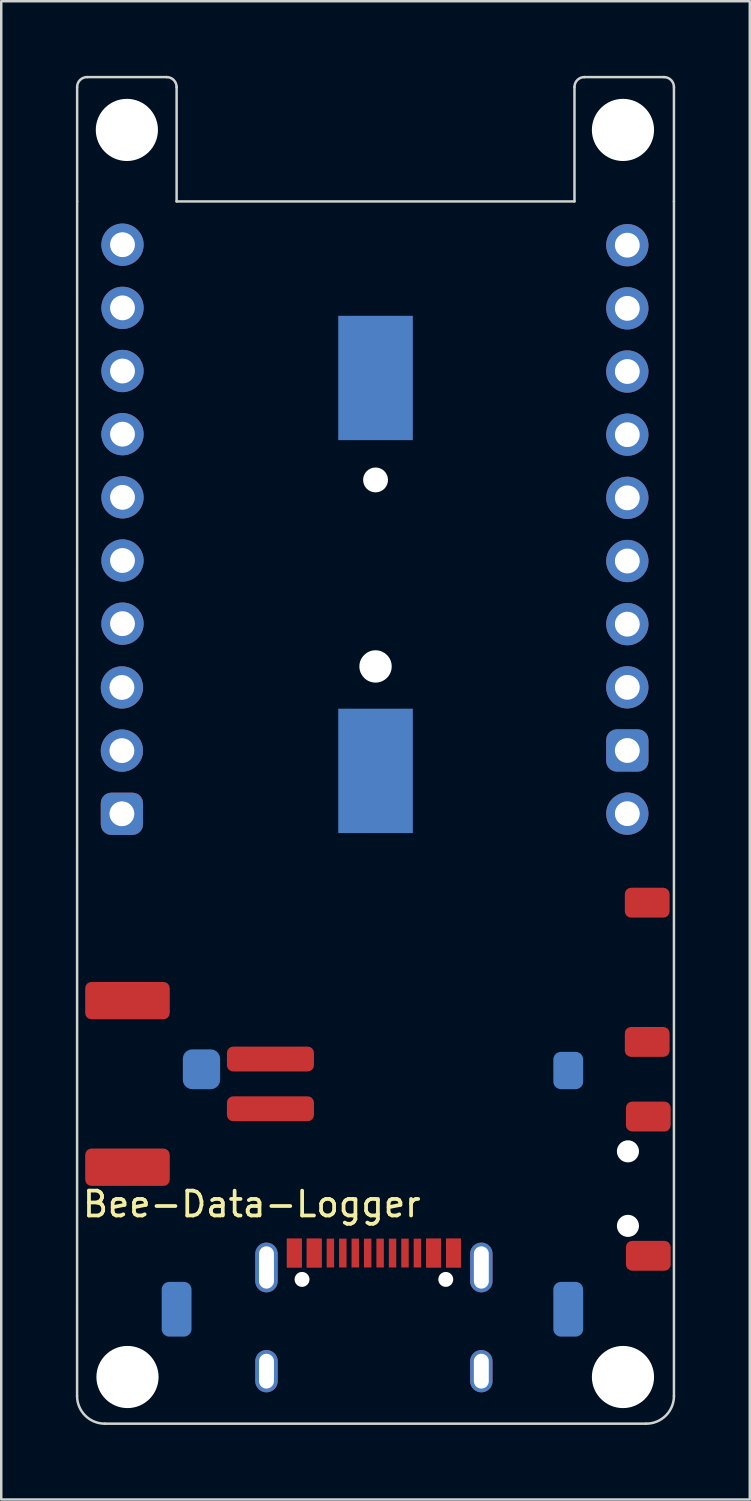
<source format=kicad_pcb>
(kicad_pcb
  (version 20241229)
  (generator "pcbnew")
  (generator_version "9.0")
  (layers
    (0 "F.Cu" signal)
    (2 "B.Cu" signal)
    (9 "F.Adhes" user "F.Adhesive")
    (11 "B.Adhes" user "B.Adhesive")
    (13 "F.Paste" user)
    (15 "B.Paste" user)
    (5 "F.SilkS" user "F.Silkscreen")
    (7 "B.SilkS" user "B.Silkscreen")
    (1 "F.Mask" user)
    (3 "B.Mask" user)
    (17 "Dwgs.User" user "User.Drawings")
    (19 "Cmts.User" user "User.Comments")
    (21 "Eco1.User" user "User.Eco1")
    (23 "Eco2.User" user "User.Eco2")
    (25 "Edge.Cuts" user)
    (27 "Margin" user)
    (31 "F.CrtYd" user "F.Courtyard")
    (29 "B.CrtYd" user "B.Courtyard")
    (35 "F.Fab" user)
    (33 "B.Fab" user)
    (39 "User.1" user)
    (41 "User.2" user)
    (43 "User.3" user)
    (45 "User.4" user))
  (footprint "Bee-Data-Logger"
    (layer "F.Cu")
    (at 7.076 45.875)
    (property "Reference" "Bee-Data-Logger" (at 0 -0.5 0) (unlocked yes) (layer "F.SilkS") (effects (font (size 1 1) (thickness 0.15))))
    (attr smd)
    (fp_line (start -7.024 -45.425) (end -7.024 -40.825) (stroke (width 0.1) (type default)) (layer "Edge.Cuts"))
    (fp_line (start -7.024 -40.825) (end -7.026 7.212) (stroke (width 0.1) (type default)) (layer "Edge.Cuts"))
    (fp_line (start -5.912 8.326) (end 15.862 8.326) (stroke (width 0.1) (type default)) (layer "Edge.Cuts"))
    (fp_line (start -3.424 -45.825) (end -6.624 -45.825) (stroke (width 0.1) (type default)) (layer "Edge.Cuts"))
    (fp_line (start -3.024 -40.825) (end -3.024 -45.425) (stroke (width 0.1) (type default)) (layer "Edge.Cuts"))
    (fp_line (start 12.976 -45.425) (end 12.976 -40.825) (stroke (width 0.1) (type default)) (layer "Edge.Cuts"))
    (fp_line (start 12.976 -40.825) (end -3.024 -40.825) (stroke (width 0.1) (type default)) (layer "Edge.Cuts"))
    (fp_line (start 16.576 -45.825) (end 13.376 -45.825) (stroke (width 0.1) (type default)) (layer "Edge.Cuts"))
    (fp_line (start 16.976 -40.825) (end 16.976 -45.425) (stroke (width 0.1) (type default)) (layer "Edge.Cuts"))
    (fp_line (start 16.976 7.212) (end 16.976 -40.825) (stroke (width 0.1) (type default)) (layer "Edge.Cuts"))
    (fp_arc (start -7.024383 -45.425) (mid -6.907226 -45.707843) (end -6.624383 -45.825) (stroke (width 0.1) (type default)) (layer "Edge.Cuts"))
    (fp_arc (start -5.912401 8.326234) (mid -6.699991 7.999991) (end -7.026234 7.212401) (stroke (width 0.1) (type default)) (layer "Edge.Cuts"))
    (fp_arc (start -3.424383 -45.825) (mid -3.14154 -45.707843) (end -3.024383 -45.425) (stroke (width 0.1) (type default)) (layer "Edge.Cuts"))
    (fp_arc (start 12.975617 -45.425) (mid 13.092774 -45.707843) (end 13.375617 -45.825) (stroke (width 0.1) (type default)) (layer "Edge.Cuts"))
    (fp_arc (start 16.575617 -45.825) (mid 16.85846 -45.707843) (end 16.975617 -45.425) (stroke (width 0.1) (type default)) (layer "Edge.Cuts"))
    (fp_arc (start 16.976234 7.212401) (mid 16.649997 7.999997) (end 15.862401 8.326234) (stroke (width 0.1) (type default)) (layer "Edge.Cuts"))
    (pad "" np_thru_hole circle (at -5.024 -43.7) (size 2.5 2.5) (drill 2.5) (layers "*.Cu" "*.Mask"))
    (pad "" np_thru_hole circle (at -4.999 6.45) (size 2.5 2.5) (drill 2.5) (layers "*.Cu" "*.Mask"))
    (pad "" smd roundrect (at -3.024 3.725 90) (size 2.2 1.2) (layers "B.Cu" "B.Mask" "B.Paste") (roundrect_rratio 0.25))
    (pad "" smd roundrect (at -2.024 -5.925 90) (size 1.6 1.5) (layers "B.Cu" "B.Mask" "B.Paste") (roundrect_rratio 0.25))
    (pad "" np_thru_hole circle (at 2.02 2.525 180) (size 0.6 0.6) (drill 0.6) (layers "*.Cu" "*.Mask"))
    (pad "" np_thru_hole circle (at 4.976 -29.625 90) (size 1 1) (drill 1) (layers "*.Cu" "*.Mask"))
    (pad "" np_thru_hole circle (at 4.976 -22.125 90) (size 1.3 1.3) (drill 1.3) (layers "*.Cu" "*.Mask"))
    (pad "" np_thru_hole circle (at 7.8 2.525 180) (size 0.6 0.6) (drill 0.6) (layers "*.Cu" "*.Mask"))
    (pad "" smd roundrect (at 12.726 -5.875 90) (size 1.5 1.2) (layers "B.Cu" "B.Mask" "B.Paste") (roundrect_rratio 0.25))
    (pad "" smd roundrect (at 12.726 3.725 90) (size 2.2 1.2) (layers "B.Cu" "B.Mask" "B.Paste") (roundrect_rratio 0.25))
    (pad "" np_thru_hole circle (at 14.926 -43.7) (size 2.5 2.5) (drill 2.5) (layers "*.Cu" "*.Mask"))
    (pad "" np_thru_hole circle (at 14.926 6.45) (size 2.5 2.5) (drill 2.5) (layers "*.Cu" "*.Mask"))
    (pad "" np_thru_hole circle (at 15.126 -2.625 270) (size 0.889 0.889) (drill 0.889) (layers "*.Cu" "*.Mask"))
    (pad "" np_thru_hole circle (at 15.126 0.372 270) (size 0.889 0.889) (drill 0.889) (layers "*.Cu" "*.Mask"))
    (pad "+" smd rect (at 4.976 -17.925 270) (size 5 3) (layers "B.Cu" "B.Mask"))
    (pad "-" smd rect (at 4.976 -33.725 270) (size 5 3) (layers "B.Cu" "B.Mask"))
    (pad "1" smd roundrect (at 0.75 -6.337 270) (size 1 3.5) (layers "F.Cu" "F.Mask" "F.Paste") (roundrect_rratio 0.25))
    (pad "2" smd roundrect (at 0.75 -4.337 270) (size 1 3.5) (layers "F.Cu" "F.Mask" "F.Paste") (roundrect_rratio 0.25))
    (pad "03" thru_hole oval (at -5.2 -39.085) (size 1.7 1.7) (drill 1) (layers "*.Cu" "*.Mask"))
    (pad "3v" thru_hole oval (at -5.224 -18.74 180) (size 1.7 1.7) (drill 1) (layers "*.Cu" "*.Mask"))
    (pad "3v2" thru_hole oval (at 15.101 -16.205) (size 1.7 1.7) (drill 1) (layers "*.Cu" "*.Mask"))
    (pad "04" thru_hole oval (at -5.2 -36.545) (size 1.7 1.7) (drill 1) (layers "*.Cu" "*.Mask"))
    (pad "05" thru_hole oval (at -5.2 -34.005) (size 1.7 1.7) (drill 1) (layers "*.Cu" "*.Mask"))
    (pad "06" thru_hole oval (at -5.2 -31.465) (size 1.7 1.7) (drill 1) (layers "*.Cu" "*.Mask"))
    (pad "07" thru_hole oval (at -5.2 -28.925) (size 1.7 1.7) (drill 1) (layers "*.Cu" "*.Mask"))
    (pad "08" thru_hole oval (at -5.2 -26.385) (size 1.7 1.7) (drill 1) (layers "*.Cu" "*.Mask"))
    (pad "09" thru_hole oval (at -5.2 -23.845) (size 1.7 1.7) (drill 1) (layers "*.Cu" "*.Mask"))
    (pad "39" thru_hole oval (at 15.101 -28.905) (size 1.7 1.7) (drill 1) (layers "*.Cu" "*.Mask"))
    (pad "41" thru_hole oval (at 15.101 -31.445) (size 1.7 1.7) (drill 1) (layers "*.Cu" "*.Mask"))
    (pad "A1" smd rect (at 1.71 1.465) (size 0.6 1.16) (layers "F.Cu" "F.Mask" "F.Paste"))
    (pad "A4" smd rect (at 2.51 1.465) (size 0.6 1.16) (layers "F.Cu" "F.Mask" "F.Paste"))
    (pad "A5" smd rect (at 3.66 1.465 180) (size 0.3 1.16) (layers "F.Cu" "F.Mask" "F.Paste"))
    (pad "A6" smd rect (at 4.66 1.465 180) (size 0.3 1.16) (layers "F.Cu" "F.Mask" "F.Paste"))
    (pad "A7" smd rect (at 5.16 1.465 180) (size 0.3 1.16) (layers "F.Cu" "F.Mask" "F.Paste"))
    (pad "A8" smd rect (at 6.16 1.465 180) (size 0.3 1.16) (layers "F.Cu" "F.Mask" "F.Paste"))
    (pad "A9" smd rect (at 7.31 1.465) (size 0.6 1.16) (layers "F.Cu" "F.Mask" "F.Paste"))
    (pad "A12" smd rect (at 8.11 1.465) (size 0.6 1.16) (layers "F.Cu" "F.Mask" "F.Paste"))
    (pad "B1" smd rect (at 8.11 1.465) (size 0.6 1.16) (layers "F.Cu" "F.Mask" "F.Paste"))
    (pad "B4" smd rect (at 7.31 1.465) (size 0.6 1.16) (layers "F.Cu" "F.Mask" "F.Paste"))
    (pad "B5" smd rect (at 6.66 1.465 180) (size 0.3 1.16) (layers "F.Cu" "F.Mask" "F.Paste"))
    (pad "B6" smd rect (at 5.66 1.465 180) (size 0.3 1.16) (layers "F.Cu" "F.Mask" "F.Paste"))
    (pad "B7" smd rect (at 4.16 1.465 180) (size 0.3 1.16) (layers "F.Cu" "F.Mask" "F.Paste"))
    (pad "B8" smd rect (at 3.16 1.465 180) (size 0.3 1.16) (layers "F.Cu" "F.Mask" "F.Paste"))
    (pad "B9" smd rect (at 2.51 1.465) (size 0.6 1.16) (layers "F.Cu" "F.Mask" "F.Paste"))
    (pad "B12" smd rect (at 1.71 1.465) (size 0.6 1.16) (layers "F.Cu" "F.Mask" "F.Paste"))
    (pad "GND" thru_hole roundrect (at -5.224 -16.2 180) (size 1.7 1.7) (drill 1) (layers "*.Cu" "*.Mask") (roundrect_rratio 0.25))
    (pad "GND" thru_hole roundrect (at 15.101 -18.745) (size 1.7 1.7) (drill 1) (layers "*.Cu" "*.Mask") (roundrect_rratio 0.25))
    (pad "MP" smd roundrect (at -5 -8.687 270) (size 1.5 3.4) (layers "F.Cu" "F.Mask" "F.Paste") (roundrect_rratio 0.167))
    (pad "MP" smd roundrect (at -5 -1.987 270) (size 1.5 3.4) (layers "F.Cu" "F.Mask" "F.Paste") (roundrect_rratio 0.167))
    (pad "MP" smd roundrect (at 15.901 -12.625 90) (size 1.2 1.8) (layers "F.Cu" "F.Mask" "F.Paste") (roundrect_rratio 0.208))
    (pad "MP" smd roundrect (at 15.901 -7.025 90) (size 1.2 1.8) (layers "F.Cu" "F.Mask" "F.Paste") (roundrect_rratio 0.208))
    (pad "MP" smd roundrect (at 15.945 -4.025 90) (size 1.2 1.8) (layers "F.Cu" "F.Mask" "F.Paste") (roundrect_rratio 0.208))
    (pad "MP" smd roundrect (at 15.945 1.575 90) (size 1.2 1.8) (layers "F.Cu" "F.Mask" "F.Paste") (roundrect_rratio 0.208))
    (pad "RST" thru_hole oval (at 15.101 -33.985) (size 1.7 1.7) (drill 1) (layers "*.Cu" "*.Mask"))
    (pad "RX" thru_hole oval (at 15.101 -39.065) (size 1.7 1.7) (drill 1) (layers "*.Cu" "*.Mask"))
    (pad "S1" thru_hole oval (at 0.59 2.045 90) (size 2 0.9) (drill oval 1.7 0.6) (layers "*.Cu" "*.Mask" "F.Paste"))
    (pad "S1" thru_hole oval (at 0.59 6.215 90) (size 1.7 0.9) (drill oval 1.4 0.6) (layers "*.Cu" "*.Mask" "F.Paste"))
    (pad "S1" thru_hole oval (at 9.23 2.045 90) (size 2 0.9) (drill oval 1.7 0.6) (layers "*.Cu" "*.Mask" "F.Paste"))
    (pad "S1" thru_hole oval (at 9.23 6.215 90) (size 1.7 0.9) (drill oval 1.4 0.6) (layers "*.Cu" "*.Mask" "F.Paste"))
    (pad "SCL" thru_hole oval (at 15.101 -23.825) (size 1.7 1.7) (drill 1) (layers "*.Cu" "*.Mask"))
    (pad "SDA" thru_hole oval (at 15.101 -26.365) (size 1.7 1.7) (drill 1) (layers "*.Cu" "*.Mask"))
    (pad "TX" thru_hole oval (at 15.101 -36.525) (size 1.7 1.7) (drill 1) (layers "*.Cu" "*.Mask"))
    (pad "VBAT" thru_hole oval (at -5.224 -21.28 180) (size 1.7 1.7) (drill 1) (layers "*.Cu" "*.Mask"))
    (pad "VIN" thru_hole oval (at 15.101 -21.285) (size 1.7 1.7) (drill 1) (layers "*.Cu" "*.Mask"))
    (zone (net_name "") (layer "B.Mask") (hatch edge 0.5) (connect_pads) (min_thickness 0.25) (filled_areas_thickness no) (keepout (tracks not_allowed) (vias not_allowed) (pads not_allowed) (copperpour allowed) (footprints allowed)) (placement (enabled no)) (fill) (polygon (pts (xy 12.127 12.45) (xy 12.127 11.85) (xy 11.902 11.85) (xy 11.902 12.45))))
    (zone (net_name "") (layer "B.Mask") (hatch edge 0.5) (connect_pads) (min_thickness 0.25) (filled_areas_thickness no) (keepout (tracks not_allowed) (vias not_allowed) (pads not_allowed) (copperpour allowed) (footprints allowed)) (placement (enabled no)) (fill) (polygon (pts (xy 12.652 28.05) (xy 12.652 27.85) (xy 11.427 27.85) (xy 11.427 28.05))))
    (zone (net_name "") (layer "B.Mask") (hatch edge 0.5) (connect_pads) (min_thickness 0.25) (filled_areas_thickness no) (keepout (tracks not_allowed) (vias not_allowed) (pads not_allowed) (copperpour allowed) (footprints allowed)) (placement (enabled no)) (fill) (polygon (pts (xy 12.652 28.05) (xy 12.652 27.85) (xy 11.427 27.85) (xy 11.427 28.05)))))
  (gr_rect
    (start -3 -3)
    (end 27.102 57.251)
    (stroke (width 0.1) (type default))
    (fill no)
    (layer "Edge.Cuts")))
</source>
